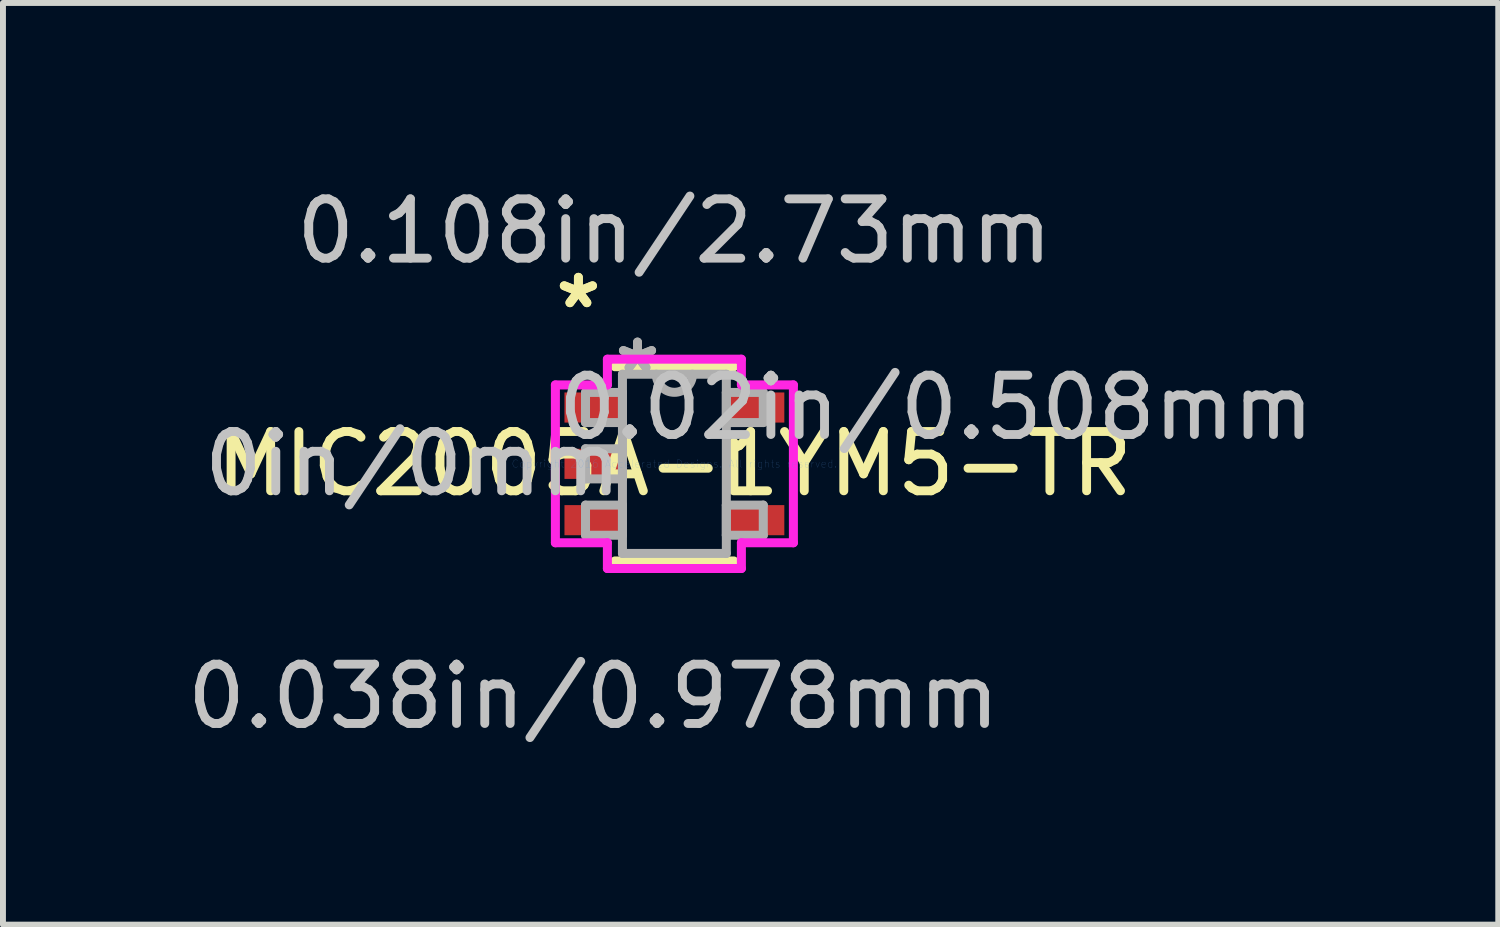
<source format=kicad_pcb>
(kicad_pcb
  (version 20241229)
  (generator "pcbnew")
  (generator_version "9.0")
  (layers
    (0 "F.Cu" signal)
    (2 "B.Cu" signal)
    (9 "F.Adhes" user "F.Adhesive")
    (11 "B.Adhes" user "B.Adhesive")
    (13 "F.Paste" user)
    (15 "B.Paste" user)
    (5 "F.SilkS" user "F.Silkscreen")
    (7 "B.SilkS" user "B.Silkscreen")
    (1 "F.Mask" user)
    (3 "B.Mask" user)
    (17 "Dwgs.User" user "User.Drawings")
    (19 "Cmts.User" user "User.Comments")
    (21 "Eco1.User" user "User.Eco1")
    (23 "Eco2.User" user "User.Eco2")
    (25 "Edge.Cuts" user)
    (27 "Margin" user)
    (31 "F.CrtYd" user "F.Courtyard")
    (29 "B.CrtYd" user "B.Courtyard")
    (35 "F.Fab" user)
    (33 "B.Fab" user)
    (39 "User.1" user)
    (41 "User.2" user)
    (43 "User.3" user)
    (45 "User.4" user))
  (footprint "MIC2005A-1YM5-TR"
    (layer "F.Cu")
    (at 8.324 4.773)
    (property "Reference" "MIC2005A-1YM5-TR" (at 0 0 0) (layer "F.SilkS") (effects (font (size 1 1) (thickness 0.15))))
    (attr through_hole)
    (fp_line (start -1.003 1.638) (end 1.003 1.638) (stroke (width 0.152) (type solid)) (layer "F.SilkS"))
    (fp_line (start 1.003 -1.638) (end -1.003 -1.638) (stroke (width 0.152) (type solid)) (layer "F.SilkS"))
    (fp_line (start 1.003 0.363) (end 1.003 -0.363) (stroke (width 0.152) (type solid)) (layer "F.SilkS"))
    (fp_line (start -2.007 -1.331) (end -1.13 -1.331) (stroke (width 0.152) (type solid)) (layer "F.CrtYd"))
    (fp_line (start -2.007 1.331) (end -2.007 -1.331) (stroke (width 0.152) (type solid)) (layer "F.CrtYd"))
    (fp_line (start -1.13 -1.765) (end 1.13 -1.765) (stroke (width 0.152) (type solid)) (layer "F.CrtYd"))
    (fp_line (start -1.13 -1.331) (end -1.13 -1.765) (stroke (width 0.152) (type solid)) (layer "F.CrtYd"))
    (fp_line (start -1.13 1.331) (end -2.007 1.331) (stroke (width 0.152) (type solid)) (layer "F.CrtYd"))
    (fp_line (start -1.13 1.765) (end -1.13 1.331) (stroke (width 0.152) (type solid)) (layer "F.CrtYd"))
    (fp_line (start 1.13 -1.765) (end 1.13 -1.331) (stroke (width 0.152) (type solid)) (layer "F.CrtYd"))
    (fp_line (start 1.13 -1.331) (end 2.007 -1.331) (stroke (width 0.152) (type solid)) (layer "F.CrtYd"))
    (fp_line (start 1.13 1.331) (end 1.13 1.765) (stroke (width 0.152) (type solid)) (layer "F.CrtYd"))
    (fp_line (start 1.13 1.765) (end -1.13 1.765) (stroke (width 0.152) (type solid)) (layer "F.CrtYd"))
    (fp_line (start 2.007 -1.331) (end 2.007 1.331) (stroke (width 0.152) (type solid)) (layer "F.CrtYd"))
    (fp_line (start 2.007 1.331) (end 1.13 1.331) (stroke (width 0.152) (type solid)) (layer "F.CrtYd"))
    (fp_line (start -1.499 -1.204) (end -1.499 -0.696) (stroke (width 0.152) (type solid)) (layer "F.Fab"))
    (fp_line (start -1.499 -0.696) (end -0.876 -0.696) (stroke (width 0.152) (type solid)) (layer "F.Fab"))
    (fp_line (start -1.499 -0.254) (end -1.499 0.254) (stroke (width 0.152) (type solid)) (layer "F.Fab"))
    (fp_line (start -1.499 0.254) (end -0.876 0.254) (stroke (width 0.152) (type solid)) (layer "F.Fab"))
    (fp_line (start -1.499 0.696) (end -1.499 1.204) (stroke (width 0.152) (type solid)) (layer "F.Fab"))
    (fp_line (start -1.499 1.204) (end -0.876 1.204) (stroke (width 0.152) (type solid)) (layer "F.Fab"))
    (fp_line (start -0.876 -1.511) (end -0.876 1.511) (stroke (width 0.152) (type solid)) (layer "F.Fab"))
    (fp_line (start -0.876 -1.204) (end -1.499 -1.204) (stroke (width 0.152) (type solid)) (layer "F.Fab"))
    (fp_line (start -0.876 -0.696) (end -0.876 -1.204) (stroke (width 0.152) (type solid)) (layer "F.Fab"))
    (fp_line (start -0.876 -0.254) (end -1.499 -0.254) (stroke (width 0.152) (type solid)) (layer "F.Fab"))
    (fp_line (start -0.876 0.254) (end -0.876 -0.254) (stroke (width 0.152) (type solid)) (layer "F.Fab"))
    (fp_line (start -0.876 0.696) (end -1.499 0.696) (stroke (width 0.152) (type solid)) (layer "F.Fab"))
    (fp_line (start -0.876 1.204) (end -0.876 0.696) (stroke (width 0.152) (type solid)) (layer "F.Fab"))
    (fp_line (start -0.876 1.511) (end 0.876 1.511) (stroke (width 0.152) (type solid)) (layer "F.Fab"))
    (fp_line (start 0.876 -1.511) (end -0.876 -1.511) (stroke (width 0.152) (type solid)) (layer "F.Fab"))
    (fp_line (start 0.876 -1.204) (end 0.876 -0.696) (stroke (width 0.152) (type solid)) (layer "F.Fab"))
    (fp_line (start 0.876 -0.696) (end 1.499 -0.696) (stroke (width 0.152) (type solid)) (layer "F.Fab"))
    (fp_line (start 0.876 0.696) (end 0.876 1.204) (stroke (width 0.152) (type solid)) (layer "F.Fab"))
    (fp_line (start 0.876 1.204) (end 1.499 1.204) (stroke (width 0.152) (type solid)) (layer "F.Fab"))
    (fp_line (start 0.876 1.511) (end 0.876 -1.511) (stroke (width 0.152) (type solid)) (layer "F.Fab"))
    (fp_line (start 1.499 -1.204) (end 0.876 -1.204) (stroke (width 0.152) (type solid)) (layer "F.Fab"))
    (fp_line (start 1.499 -0.696) (end 1.499 -1.204) (stroke (width 0.152) (type solid)) (layer "F.Fab"))
    (fp_line (start 1.499 0.696) (end 0.876 0.696) (stroke (width 0.152) (type solid)) (layer "F.Fab"))
    (fp_line (start 1.499 1.204) (end 1.499 0.696) (stroke (width 0.152) (type solid)) (layer "F.Fab"))
    (fp_arc (start 0.3048 -1.5113) (mid 0 -1.2065) (end -0.3048 -1.5113) (stroke (width 0.1524) (type solid)) (layer "F.Fab"))
    (fp_text user "*" (at -1.619 -2.601 0) (layer "F.SilkS") (effects (font (size 1 1) (thickness 0.15))))
    (fp_text user "*" (at -1.619 -2.601 0) (layer "F.SilkS") (effects (font (size 1 1) (thickness 0.15))))
    (fp_text user "0.02in/0.508mm" (at 4.413 -0.95 0) (layer "Dwgs.User") (effects (font (size 1 1) (thickness 0.15))))
    (fp_text user "0.108in/2.73mm" (at 0 -3.924 0) (layer "Dwgs.User") (effects (font (size 1 1) (thickness 0.15))))
    (fp_text user "0in/0mm" (at -4.413 0 0) (layer "Dwgs.User") (effects (font (size 1 1) (thickness 0.15))))
    (fp_text user "0.038in/0.978mm" (at -1.365 3.924 0) (layer "Dwgs.User") (effects (font (size 1 1) (thickness 0.15))))
    (fp_text user "Copyright 2016 Accelerated Designs. All rights reserved." (at 0 0 0) (layer "Cmts.User") (effects (font (size 0.127 0.127) (thickness 0.002))))
    (fp_text user "*" (at -0.622 -1.509 0) (layer "F.Fab") (effects (font (size 1 1) (thickness 0.15))))
    (fp_text user "*" (at -0.622 -1.509 0) (layer "F.Fab") (effects (font (size 1 1) (thickness 0.15))))
    (pad "1" smd rect (at -1.365 -0.95) (size 0.978 0.508) (layers "F.Cu" "F.Mask" "F.Paste"))
    (pad "2" smd rect (at -1.365 0) (size 0.978 0.508) (layers "F.Cu" "F.Mask" "F.Paste"))
    (pad "3" smd rect (at -1.365 0.95) (size 0.978 0.508) (layers "F.Cu" "F.Mask" "F.Paste"))
    (pad "4" smd rect (at 1.365 0.95) (size 0.978 0.508) (layers "F.Cu" "F.Mask" "F.Paste"))
    (pad "5" smd rect (at 1.365 -0.95) (size 0.978 0.508) (layers "F.Cu" "F.Mask" "F.Paste")))
  (gr_rect
    (start -3 -3)
    (end 22.219 12.545)
    (stroke (width 0.1) (type default))
    (fill no)
    (layer "Edge.Cuts")))
</source>
